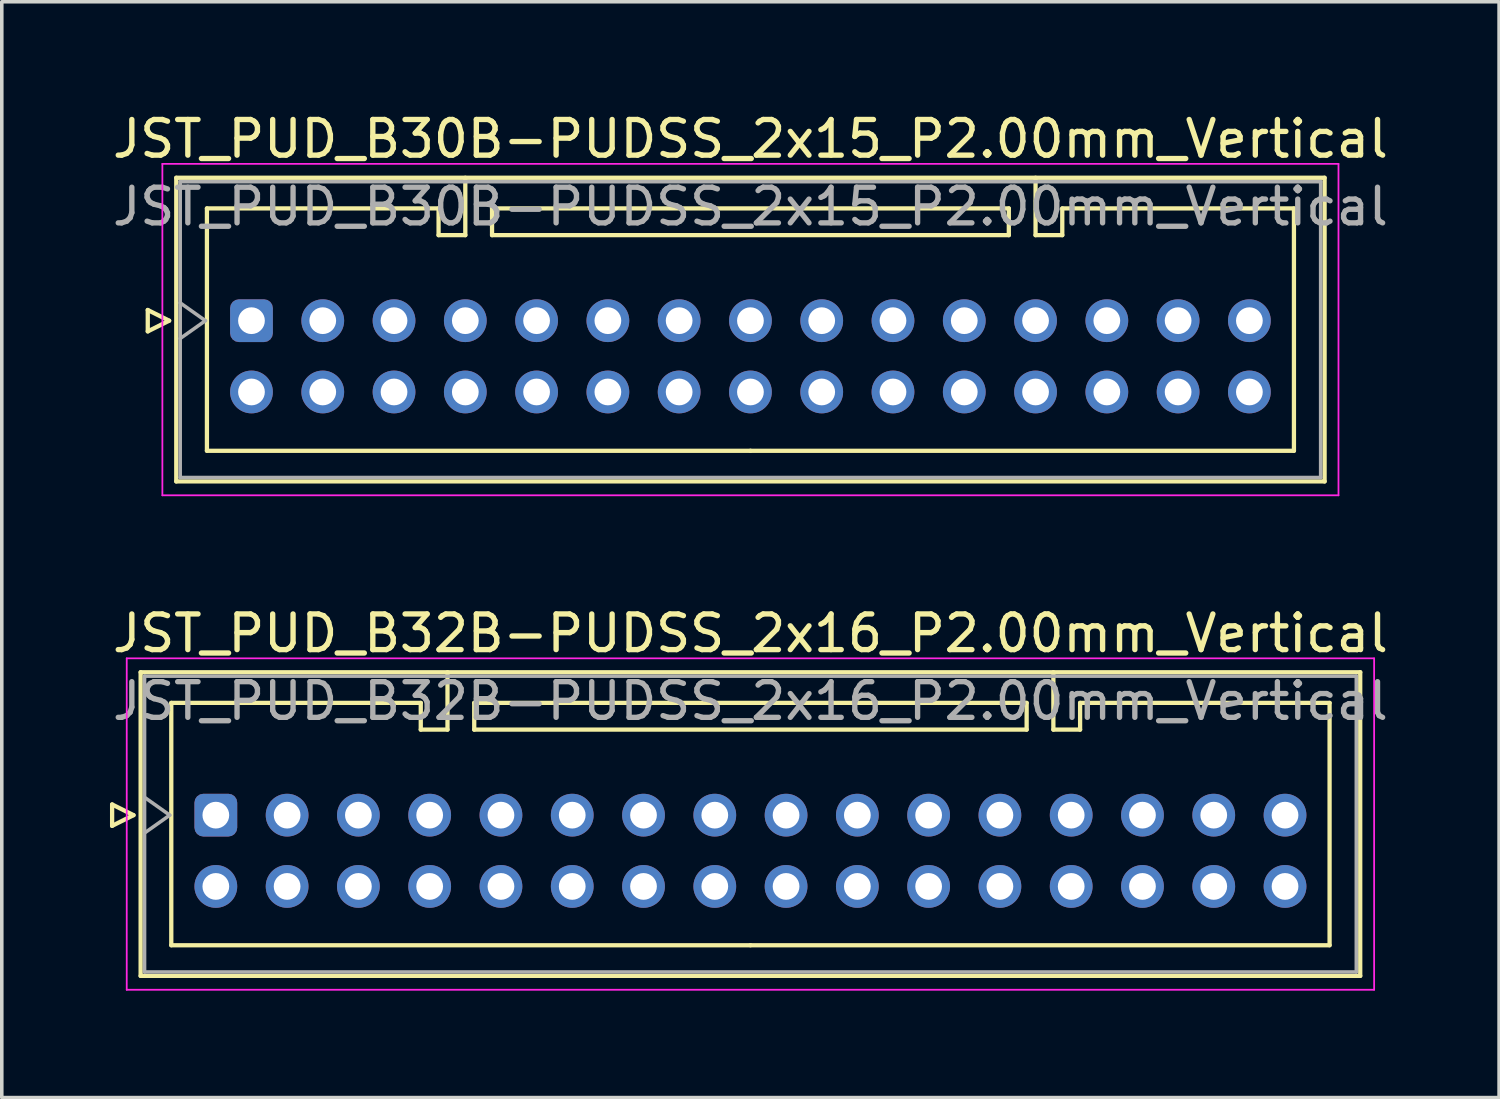
<source format=kicad_pcb>
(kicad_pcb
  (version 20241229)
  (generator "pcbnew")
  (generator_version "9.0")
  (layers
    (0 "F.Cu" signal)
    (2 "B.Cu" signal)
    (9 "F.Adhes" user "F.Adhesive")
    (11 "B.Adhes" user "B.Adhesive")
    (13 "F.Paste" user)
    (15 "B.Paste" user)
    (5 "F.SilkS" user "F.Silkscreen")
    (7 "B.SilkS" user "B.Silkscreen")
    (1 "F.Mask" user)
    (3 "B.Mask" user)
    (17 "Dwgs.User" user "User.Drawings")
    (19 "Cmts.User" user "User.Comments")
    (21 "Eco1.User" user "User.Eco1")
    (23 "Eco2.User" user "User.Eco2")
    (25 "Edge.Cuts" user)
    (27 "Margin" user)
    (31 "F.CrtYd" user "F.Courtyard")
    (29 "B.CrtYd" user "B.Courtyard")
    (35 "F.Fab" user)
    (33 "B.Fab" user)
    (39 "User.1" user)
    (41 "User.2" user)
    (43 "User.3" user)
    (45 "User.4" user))
  (footprint "JST_PUD_B32B-PUDSS_2x16_P2.00mm_Vertical"
    (layer "F.Cu")
    (at 3.006 19.822)
    (property "Reference" "JST_PUD_B32B-PUDSS_2x16_P2.00mm_Vertical" (at 15 -5.1 0) (layer "F.SilkS") (effects (font (size 1 1) (thickness 0.15))))
    (attr through_hole)
    (fp_line (start -2.91 -0.3) (end -2.31 0) (stroke (width 0.12) (type solid)) (layer "F.SilkS"))
    (fp_line (start -2.91 0.3) (end -2.91 -0.3) (stroke (width 0.12) (type solid)) (layer "F.SilkS"))
    (fp_line (start -2.31 0) (end -2.91 0.3) (stroke (width 0.12) (type solid)) (layer "F.SilkS"))
    (fp_line (start -2.11 -4.01) (end -2.11 4.51) (stroke (width 0.12) (type solid)) (layer "F.SilkS"))
    (fp_line (start -2.11 4.51) (end 32.11 4.51) (stroke (width 0.12) (type solid)) (layer "F.SilkS"))
    (fp_line (start -1.25 -3.15) (end -1.25 3.65) (stroke (width 0.12) (type solid)) (layer "F.SilkS"))
    (fp_line (start -1.25 3.65) (end 15 3.65) (stroke (width 0.12) (type solid)) (layer "F.SilkS"))
    (fp_line (start 5.75 -3.15) (end -1.25 -3.15) (stroke (width 0.12) (type solid)) (layer "F.SilkS"))
    (fp_line (start 5.75 -2.4) (end 5.75 -3.15) (stroke (width 0.12) (type solid)) (layer "F.SilkS"))
    (fp_line (start 6.5 -4.01) (end 6.5 -2.4) (stroke (width 0.12) (type solid)) (layer "F.SilkS"))
    (fp_line (start 6.5 -2.4) (end 5.75 -2.4) (stroke (width 0.12) (type solid)) (layer "F.SilkS"))
    (fp_line (start 7.25 -3.15) (end 7.25 -2.4) (stroke (width 0.12) (type solid)) (layer "F.SilkS"))
    (fp_line (start 7.25 -2.4) (end 22.75 -2.4) (stroke (width 0.12) (type solid)) (layer "F.SilkS"))
    (fp_line (start 22.75 -3.15) (end 7.25 -3.15) (stroke (width 0.12) (type solid)) (layer "F.SilkS"))
    (fp_line (start 22.75 -2.4) (end 22.75 -3.15) (stroke (width 0.12) (type solid)) (layer "F.SilkS"))
    (fp_line (start 23.5 -4.01) (end 23.5 -2.4) (stroke (width 0.12) (type solid)) (layer "F.SilkS"))
    (fp_line (start 23.5 -2.4) (end 24.25 -2.4) (stroke (width 0.12) (type solid)) (layer "F.SilkS"))
    (fp_line (start 24.25 -3.15) (end 31.25 -3.15) (stroke (width 0.12) (type solid)) (layer "F.SilkS"))
    (fp_line (start 24.25 -2.4) (end 24.25 -3.15) (stroke (width 0.12) (type solid)) (layer "F.SilkS"))
    (fp_line (start 31.25 -3.15) (end 31.25 3.65) (stroke (width 0.12) (type solid)) (layer "F.SilkS"))
    (fp_line (start 31.25 3.65) (end 15 3.65) (stroke (width 0.12) (type solid)) (layer "F.SilkS"))
    (fp_line (start 32.11 -4.01) (end -2.11 -4.01) (stroke (width 0.12) (type solid)) (layer "F.SilkS"))
    (fp_line (start 32.11 4.51) (end 32.11 -4.01) (stroke (width 0.12) (type solid)) (layer "F.SilkS"))
    (fp_line (start -2.5 -4.4) (end -2.5 4.9) (stroke (width 0.05) (type solid)) (layer "F.CrtYd"))
    (fp_line (start -2.5 4.9) (end 32.5 4.9) (stroke (width 0.05) (type solid)) (layer "F.CrtYd"))
    (fp_line (start 32.5 -4.4) (end -2.5 -4.4) (stroke (width 0.05) (type solid)) (layer "F.CrtYd"))
    (fp_line (start 32.5 4.9) (end 32.5 -4.4) (stroke (width 0.05) (type solid)) (layer "F.CrtYd"))
    (fp_line (start -2 -3.9) (end -2 4.4) (stroke (width 0.1) (type solid)) (layer "F.Fab"))
    (fp_line (start -2 0.5) (end -1.293 0) (stroke (width 0.1) (type solid)) (layer "F.Fab"))
    (fp_line (start -2 4.4) (end 32 4.4) (stroke (width 0.1) (type solid)) (layer "F.Fab"))
    (fp_line (start -1.293 0) (end -2 -0.5) (stroke (width 0.1) (type solid)) (layer "F.Fab"))
    (fp_line (start 32 -3.9) (end -2 -3.9) (stroke (width 0.1) (type solid)) (layer "F.Fab"))
    (fp_line (start 32 4.4) (end 32 -3.9) (stroke (width 0.1) (type solid)) (layer "F.Fab"))
    (fp_text user "${REFERENCE}" (at 15 -3.2 0) (layer "F.Fab") (effects (font (size 1 1) (thickness 0.15))))
    (pad "1" thru_hole roundrect (at 0 0) (size 1.2 1.2) (drill 0.75) (layers "*.Cu" "*.Mask") (roundrect_rratio 0.208))
    (pad "2" thru_hole circle (at 0 2) (size 1.2 1.2) (drill 0.75) (layers "*.Cu" "*.Mask"))
    (pad "3" thru_hole circle (at 2 0) (size 1.2 1.2) (drill 0.75) (layers "*.Cu" "*.Mask"))
    (pad "4" thru_hole circle (at 2 2) (size 1.2 1.2) (drill 0.75) (layers "*.Cu" "*.Mask"))
    (pad "5" thru_hole circle (at 4 0) (size 1.2 1.2) (drill 0.75) (layers "*.Cu" "*.Mask"))
    (pad "6" thru_hole circle (at 4 2) (size 1.2 1.2) (drill 0.75) (layers "*.Cu" "*.Mask"))
    (pad "7" thru_hole circle (at 6 0) (size 1.2 1.2) (drill 0.75) (layers "*.Cu" "*.Mask"))
    (pad "8" thru_hole circle (at 6 2) (size 1.2 1.2) (drill 0.75) (layers "*.Cu" "*.Mask"))
    (pad "9" thru_hole circle (at 8 0) (size 1.2 1.2) (drill 0.75) (layers "*.Cu" "*.Mask"))
    (pad "10" thru_hole circle (at 8 2) (size 1.2 1.2) (drill 0.75) (layers "*.Cu" "*.Mask"))
    (pad "11" thru_hole circle (at 10 0) (size 1.2 1.2) (drill 0.75) (layers "*.Cu" "*.Mask"))
    (pad "12" thru_hole circle (at 10 2) (size 1.2 1.2) (drill 0.75) (layers "*.Cu" "*.Mask"))
    (pad "13" thru_hole circle (at 12 0) (size 1.2 1.2) (drill 0.75) (layers "*.Cu" "*.Mask"))
    (pad "14" thru_hole circle (at 12 2) (size 1.2 1.2) (drill 0.75) (layers "*.Cu" "*.Mask"))
    (pad "15" thru_hole circle (at 14 0) (size 1.2 1.2) (drill 0.75) (layers "*.Cu" "*.Mask"))
    (pad "16" thru_hole circle (at 14 2) (size 1.2 1.2) (drill 0.75) (layers "*.Cu" "*.Mask"))
    (pad "17" thru_hole circle (at 16 0) (size 1.2 1.2) (drill 0.75) (layers "*.Cu" "*.Mask"))
    (pad "18" thru_hole circle (at 16 2) (size 1.2 1.2) (drill 0.75) (layers "*.Cu" "*.Mask"))
    (pad "19" thru_hole circle (at 18 0) (size 1.2 1.2) (drill 0.75) (layers "*.Cu" "*.Mask"))
    (pad "20" thru_hole circle (at 18 2) (size 1.2 1.2) (drill 0.75) (layers "*.Cu" "*.Mask"))
    (pad "21" thru_hole circle (at 20 0) (size 1.2 1.2) (drill 0.75) (layers "*.Cu" "*.Mask"))
    (pad "22" thru_hole circle (at 20 2) (size 1.2 1.2) (drill 0.75) (layers "*.Cu" "*.Mask"))
    (pad "23" thru_hole circle (at 22 0) (size 1.2 1.2) (drill 0.75) (layers "*.Cu" "*.Mask"))
    (pad "24" thru_hole circle (at 22 2) (size 1.2 1.2) (drill 0.75) (layers "*.Cu" "*.Mask"))
    (pad "25" thru_hole circle (at 24 0) (size 1.2 1.2) (drill 0.75) (layers "*.Cu" "*.Mask"))
    (pad "26" thru_hole circle (at 24 2) (size 1.2 1.2) (drill 0.75) (layers "*.Cu" "*.Mask"))
    (pad "27" thru_hole circle (at 26 0) (size 1.2 1.2) (drill 0.75) (layers "*.Cu" "*.Mask"))
    (pad "28" thru_hole circle (at 26 2) (size 1.2 1.2) (drill 0.75) (layers "*.Cu" "*.Mask"))
    (pad "29" thru_hole circle (at 28 0) (size 1.2 1.2) (drill 0.75) (layers "*.Cu" "*.Mask"))
    (pad "30" thru_hole circle (at 28 2) (size 1.2 1.2) (drill 0.75) (layers "*.Cu" "*.Mask"))
    (pad "31" thru_hole circle (at 30 0) (size 1.2 1.2) (drill 0.75) (layers "*.Cu" "*.Mask"))
    (pad "32" thru_hole circle (at 30 2) (size 1.2 1.2) (drill 0.75) (layers "*.Cu" "*.Mask")))
  (footprint "JST_PUD_B30B-PUDSS_2x15_P2.00mm_Vertical"
    (layer "F.Cu")
    (at 4.006 5.948)
    (property "Reference" "JST_PUD_B30B-PUDSS_2x15_P2.00mm_Vertical" (at 14 -5.1 0) (layer "F.SilkS") (effects (font (size 1 1) (thickness 0.15))))
    (attr through_hole)
    (fp_line (start -2.91 -0.3) (end -2.31 0) (stroke (width 0.12) (type solid)) (layer "F.SilkS"))
    (fp_line (start -2.91 0.3) (end -2.91 -0.3) (stroke (width 0.12) (type solid)) (layer "F.SilkS"))
    (fp_line (start -2.31 0) (end -2.91 0.3) (stroke (width 0.12) (type solid)) (layer "F.SilkS"))
    (fp_line (start -2.11 -4.01) (end -2.11 4.51) (stroke (width 0.12) (type solid)) (layer "F.SilkS"))
    (fp_line (start -2.11 4.51) (end 30.11 4.51) (stroke (width 0.12) (type solid)) (layer "F.SilkS"))
    (fp_line (start -1.25 -3.15) (end -1.25 3.65) (stroke (width 0.12) (type solid)) (layer "F.SilkS"))
    (fp_line (start -1.25 3.65) (end 14 3.65) (stroke (width 0.12) (type solid)) (layer "F.SilkS"))
    (fp_line (start 5.25 -3.15) (end -1.25 -3.15) (stroke (width 0.12) (type solid)) (layer "F.SilkS"))
    (fp_line (start 5.25 -2.4) (end 5.25 -3.15) (stroke (width 0.12) (type solid)) (layer "F.SilkS"))
    (fp_line (start 6 -4.01) (end 6 -2.4) (stroke (width 0.12) (type solid)) (layer "F.SilkS"))
    (fp_line (start 6 -2.4) (end 5.25 -2.4) (stroke (width 0.12) (type solid)) (layer "F.SilkS"))
    (fp_line (start 6.75 -3.15) (end 6.75 -2.4) (stroke (width 0.12) (type solid)) (layer "F.SilkS"))
    (fp_line (start 6.75 -2.4) (end 21.25 -2.4) (stroke (width 0.12) (type solid)) (layer "F.SilkS"))
    (fp_line (start 21.25 -3.15) (end 6.75 -3.15) (stroke (width 0.12) (type solid)) (layer "F.SilkS"))
    (fp_line (start 21.25 -2.4) (end 21.25 -3.15) (stroke (width 0.12) (type solid)) (layer "F.SilkS"))
    (fp_line (start 22 -4.01) (end 22 -2.4) (stroke (width 0.12) (type solid)) (layer "F.SilkS"))
    (fp_line (start 22 -2.4) (end 22.75 -2.4) (stroke (width 0.12) (type solid)) (layer "F.SilkS"))
    (fp_line (start 22.75 -3.15) (end 29.25 -3.15) (stroke (width 0.12) (type solid)) (layer "F.SilkS"))
    (fp_line (start 22.75 -2.4) (end 22.75 -3.15) (stroke (width 0.12) (type solid)) (layer "F.SilkS"))
    (fp_line (start 29.25 -3.15) (end 29.25 3.65) (stroke (width 0.12) (type solid)) (layer "F.SilkS"))
    (fp_line (start 29.25 3.65) (end 14 3.65) (stroke (width 0.12) (type solid)) (layer "F.SilkS"))
    (fp_line (start 30.11 -4.01) (end -2.11 -4.01) (stroke (width 0.12) (type solid)) (layer "F.SilkS"))
    (fp_line (start 30.11 4.51) (end 30.11 -4.01) (stroke (width 0.12) (type solid)) (layer "F.SilkS"))
    (fp_line (start -2.5 -4.4) (end -2.5 4.9) (stroke (width 0.05) (type solid)) (layer "F.CrtYd"))
    (fp_line (start -2.5 4.9) (end 30.5 4.9) (stroke (width 0.05) (type solid)) (layer "F.CrtYd"))
    (fp_line (start 30.5 -4.4) (end -2.5 -4.4) (stroke (width 0.05) (type solid)) (layer "F.CrtYd"))
    (fp_line (start 30.5 4.9) (end 30.5 -4.4) (stroke (width 0.05) (type solid)) (layer "F.CrtYd"))
    (fp_line (start -2 -3.9) (end -2 4.4) (stroke (width 0.1) (type solid)) (layer "F.Fab"))
    (fp_line (start -2 0.5) (end -1.293 0) (stroke (width 0.1) (type solid)) (layer "F.Fab"))
    (fp_line (start -2 4.4) (end 30 4.4) (stroke (width 0.1) (type solid)) (layer "F.Fab"))
    (fp_line (start -1.293 0) (end -2 -0.5) (stroke (width 0.1) (type solid)) (layer "F.Fab"))
    (fp_line (start 30 -3.9) (end -2 -3.9) (stroke (width 0.1) (type solid)) (layer "F.Fab"))
    (fp_line (start 30 4.4) (end 30 -3.9) (stroke (width 0.1) (type solid)) (layer "F.Fab"))
    (fp_text user "${REFERENCE}" (at 14 -3.2 0) (layer "F.Fab") (effects (font (size 1 1) (thickness 0.15))))
    (pad "1" thru_hole roundrect (at 0 0) (size 1.2 1.2) (drill 0.75) (layers "*.Cu" "*.Mask") (roundrect_rratio 0.208))
    (pad "2" thru_hole circle (at 0 2) (size 1.2 1.2) (drill 0.75) (layers "*.Cu" "*.Mask"))
    (pad "3" thru_hole circle (at 2 0) (size 1.2 1.2) (drill 0.75) (layers "*.Cu" "*.Mask"))
    (pad "4" thru_hole circle (at 2 2) (size 1.2 1.2) (drill 0.75) (layers "*.Cu" "*.Mask"))
    (pad "5" thru_hole circle (at 4 0) (size 1.2 1.2) (drill 0.75) (layers "*.Cu" "*.Mask"))
    (pad "6" thru_hole circle (at 4 2) (size 1.2 1.2) (drill 0.75) (layers "*.Cu" "*.Mask"))
    (pad "7" thru_hole circle (at 6 0) (size 1.2 1.2) (drill 0.75) (layers "*.Cu" "*.Mask"))
    (pad "8" thru_hole circle (at 6 2) (size 1.2 1.2) (drill 0.75) (layers "*.Cu" "*.Mask"))
    (pad "9" thru_hole circle (at 8 0) (size 1.2 1.2) (drill 0.75) (layers "*.Cu" "*.Mask"))
    (pad "10" thru_hole circle (at 8 2) (size 1.2 1.2) (drill 0.75) (layers "*.Cu" "*.Mask"))
    (pad "11" thru_hole circle (at 10 0) (size 1.2 1.2) (drill 0.75) (layers "*.Cu" "*.Mask"))
    (pad "12" thru_hole circle (at 10 2) (size 1.2 1.2) (drill 0.75) (layers "*.Cu" "*.Mask"))
    (pad "13" thru_hole circle (at 12 0) (size 1.2 1.2) (drill 0.75) (layers "*.Cu" "*.Mask"))
    (pad "14" thru_hole circle (at 12 2) (size 1.2 1.2) (drill 0.75) (layers "*.Cu" "*.Mask"))
    (pad "15" thru_hole circle (at 14 0) (size 1.2 1.2) (drill 0.75) (layers "*.Cu" "*.Mask"))
    (pad "16" thru_hole circle (at 14 2) (size 1.2 1.2) (drill 0.75) (layers "*.Cu" "*.Mask"))
    (pad "17" thru_hole circle (at 16 0) (size 1.2 1.2) (drill 0.75) (layers "*.Cu" "*.Mask"))
    (pad "18" thru_hole circle (at 16 2) (size 1.2 1.2) (drill 0.75) (layers "*.Cu" "*.Mask"))
    (pad "19" thru_hole circle (at 18 0) (size 1.2 1.2) (drill 0.75) (layers "*.Cu" "*.Mask"))
    (pad "20" thru_hole circle (at 18 2) (size 1.2 1.2) (drill 0.75) (layers "*.Cu" "*.Mask"))
    (pad "21" thru_hole circle (at 20 0) (size 1.2 1.2) (drill 0.75) (layers "*.Cu" "*.Mask"))
    (pad "22" thru_hole circle (at 20 2) (size 1.2 1.2) (drill 0.75) (layers "*.Cu" "*.Mask"))
    (pad "23" thru_hole circle (at 22 0) (size 1.2 1.2) (drill 0.75) (layers "*.Cu" "*.Mask"))
    (pad "24" thru_hole circle (at 22 2) (size 1.2 1.2) (drill 0.75) (layers "*.Cu" "*.Mask"))
    (pad "25" thru_hole circle (at 24 0) (size 1.2 1.2) (drill 0.75) (layers "*.Cu" "*.Mask"))
    (pad "26" thru_hole circle (at 24 2) (size 1.2 1.2) (drill 0.75) (layers "*.Cu" "*.Mask"))
    (pad "27" thru_hole circle (at 26 0) (size 1.2 1.2) (drill 0.75) (layers "*.Cu" "*.Mask"))
    (pad "28" thru_hole circle (at 26 2) (size 1.2 1.2) (drill 0.75) (layers "*.Cu" "*.Mask"))
    (pad "29" thru_hole circle (at 28 0) (size 1.2 1.2) (drill 0.75) (layers "*.Cu" "*.Mask"))
    (pad "30" thru_hole circle (at 28 2) (size 1.2 1.2) (drill 0.75) (layers "*.Cu" "*.Mask")))
  (gr_rect
    (start -3 -3)
    (end 39.012 27.747)
    (stroke (width 0.1) (type default))
    (fill no)
    (layer "Edge.Cuts")))
</source>
